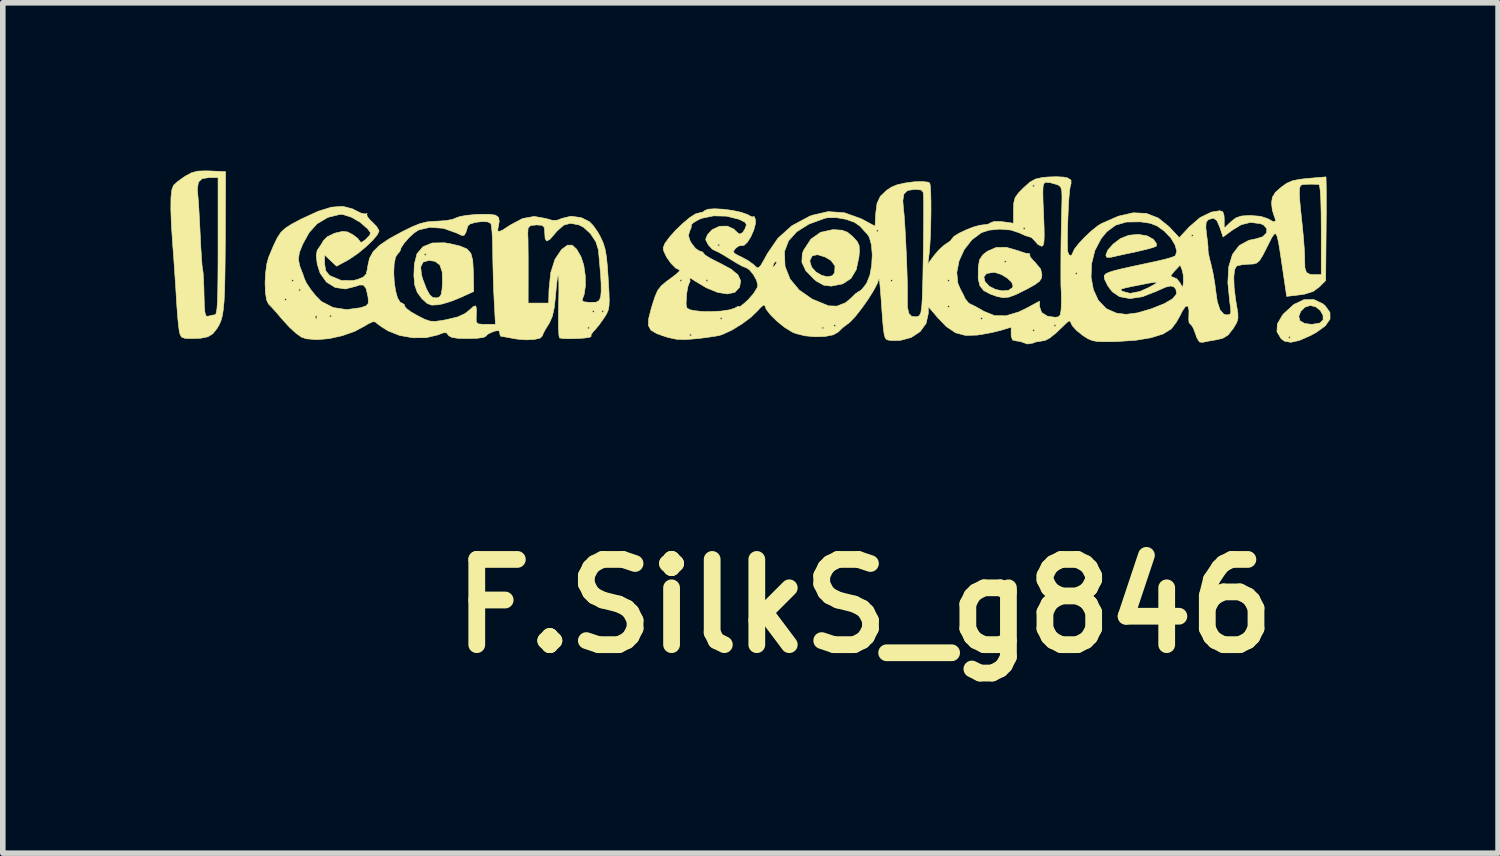
<source format=kicad_pcb>
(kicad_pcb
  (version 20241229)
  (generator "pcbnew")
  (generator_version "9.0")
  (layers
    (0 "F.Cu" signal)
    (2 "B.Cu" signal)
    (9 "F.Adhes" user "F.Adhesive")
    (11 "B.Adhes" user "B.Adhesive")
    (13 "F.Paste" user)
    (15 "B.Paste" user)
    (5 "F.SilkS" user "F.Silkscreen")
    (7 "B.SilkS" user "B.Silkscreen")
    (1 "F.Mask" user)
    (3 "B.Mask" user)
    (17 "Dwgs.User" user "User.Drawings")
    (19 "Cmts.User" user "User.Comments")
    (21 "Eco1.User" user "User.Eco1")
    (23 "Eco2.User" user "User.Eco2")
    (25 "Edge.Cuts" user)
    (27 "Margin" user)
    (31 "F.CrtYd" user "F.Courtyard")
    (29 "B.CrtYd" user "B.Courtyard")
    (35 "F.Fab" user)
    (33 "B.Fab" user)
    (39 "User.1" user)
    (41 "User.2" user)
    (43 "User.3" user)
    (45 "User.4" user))
  (footprint "F.SilkS_g846"
    (layer "F.Cu")
    (at 12.406 7.788)
    (property "Reference" "F.SilkS_g846" (at 0 0 0) (layer "F.SilkS") (effects (font (size 1.524 1.524) (thickness 0.3))))
    (attr through_hole)
    (fp_poly (pts (xy 5.055 -6.621) (xy 5.169 -6.557) (xy 5.221 -6.486) (xy 5.222 -6.437) (xy 5.222 -6.437) (xy 5.166 -6.414) (xy 5.049 -6.381) (xy 4.894 -6.344) (xy 4.846 -6.333) (xy 4.674 -6.297) (xy 4.524 -6.264) (xy 4.425 -6.241) (xy 4.412 -6.238) (xy 4.336 -6.236) (xy 4.318 -6.275) (xy 4.354 -6.367) (xy 4.451 -6.475) (xy 4.581 -6.573) (xy 4.728 -6.631) (xy 4.897 -6.647) (xy 5.055 -6.621)) (stroke (width 0.01) (type solid)) (fill yes) (layer "F.SilkS"))
    (fp_poly (pts (xy -0.401 -6.722) (xy -0.302 -6.685) (xy -0.206 -6.605) (xy -0.203 -6.602) (xy -0.128 -6.519) (xy -0.093 -6.445) (xy -0.088 -6.344) (xy -0.097 -6.243) (xy -0.145 -6.017) (xy -0.24 -5.858) (xy -0.388 -5.762) (xy -0.592 -5.722) (xy -0.593 -5.722) (xy -0.726 -5.738) (xy -0.856 -5.81) (xy -0.894 -5.84) (xy -1.046 -5.996) (xy -1.117 -6.148) (xy -1.117 -6.162) (xy -0.974 -6.162) (xy -0.943 -6.061) (xy -0.867 -5.976) (xy -0.765 -5.915) (xy -0.661 -5.889) (xy -0.574 -5.907) (xy -0.531 -5.963) (xy -0.525 -6.082) (xy -0.596 -6.18) (xy -0.698 -6.241) (xy -0.837 -6.284) (xy -0.931 -6.265) (xy -0.972 -6.185) (xy -0.974 -6.162) (xy -1.117 -6.162) (xy -1.109 -6.304) (xy -1.084 -6.367) (xy -0.954 -6.563) (xy -0.783 -6.684) (xy -0.572 -6.73) (xy -0.544 -6.731) (xy -0.401 -6.722)) (stroke (width 0.01) (type solid)) (fill yes) (layer "F.SilkS"))
    (fp_poly (pts (xy 8.198 -5.406) (xy 8.242 -5.368) (xy 8.326 -5.251) (xy 8.327 -5.133) (xy 8.244 -5.013) (xy 8.078 -4.892) (xy 7.978 -4.838) (xy 7.777 -4.75) (xy 7.626 -4.717) (xy 7.514 -4.737) (xy 7.453 -4.781) (xy 7.439 -4.805) (xy 7.578 -4.805) (xy 7.599 -4.784) (xy 7.62 -4.805) (xy 7.599 -4.826) (xy 7.578 -4.805) (xy 7.439 -4.805) (xy 7.378 -4.905) (xy 7.385 -5.045) (xy 7.463 -5.179) (xy 7.768 -5.179) (xy 7.79 -5.101) (xy 7.875 -5.053) (xy 8.002 -5.038) (xy 8.133 -5.059) (xy 8.146 -5.063) (xy 8.203 -5.118) (xy 8.202 -5.199) (xy 8.156 -5.283) (xy 8.075 -5.35) (xy 7.974 -5.376) (xy 7.878 -5.345) (xy 7.803 -5.27) (xy 7.768 -5.179) (xy 7.463 -5.179) (xy 7.475 -5.201) (xy 7.499 -5.229) (xy 7.68 -5.394) (xy 7.86 -5.479) (xy 8.034 -5.483) (xy 8.198 -5.406)) (stroke (width 0.01) (type solid)) (fill yes) (layer "F.SilkS"))
    (fp_poly (pts (xy -7.421 -6.483) (xy -7.229 -6.438) (xy -7.106 -6.386) (xy -7.036 -6.308) (xy -7.003 -6.185) (xy -6.992 -5.998) (xy -6.991 -5.97) (xy -6.985 -5.626) (xy -7.221 -5.518) (xy -7.38 -5.454) (xy -7.538 -5.405) (xy -7.622 -5.388) (xy -7.736 -5.382) (xy -7.818 -5.412) (xy -7.908 -5.495) (xy -7.915 -5.502) (xy -7.995 -5.611) (xy -8.04 -5.74) (xy -8.055 -5.91) (xy -8.049 -6.062) (xy -7.934 -6.062) (xy -7.917 -5.914) (xy -7.895 -5.841) (xy -7.828 -5.668) (xy -7.771 -5.565) (xy -7.714 -5.517) (xy -7.649 -5.511) (xy -7.597 -5.528) (xy -7.567 -5.574) (xy -7.551 -5.668) (xy -7.544 -5.784) (xy -7.549 -5.977) (xy -7.591 -6.1) (xy -7.675 -6.165) (xy -7.787 -6.181) (xy -7.891 -6.151) (xy -7.934 -6.062) (xy -8.049 -6.062) (xy -8.046 -6.117) (xy -8.003 -6.287) (xy -7.874 -6.287) (xy -7.853 -6.265) (xy -7.832 -6.287) (xy -7.853 -6.308) (xy -7.874 -6.287) (xy -8.003 -6.287) (xy -7.999 -6.301) (xy -7.891 -6.427) (xy -7.727 -6.493) (xy -7.512 -6.497) (xy -7.421 -6.483)) (stroke (width 0.01) (type solid)) (fill yes) (layer "F.SilkS"))
    (fp_poly (pts (xy 2.758 -6.352) (xy 2.781 -6.343) (xy 2.879 -6.311) (xy 2.942 -6.304) (xy 2.963 -6.295) (xy 2.955 -6.285) (xy 2.965 -6.243) (xy 3.026 -6.173) (xy 3.05 -6.151) (xy 3.153 -6.026) (xy 3.175 -5.927) (xy 3.166 -5.861) (xy 3.129 -5.806) (xy 3.049 -5.748) (xy 2.91 -5.67) (xy 2.881 -5.656) (xy 2.709 -5.571) (xy 2.585 -5.525) (xy 2.481 -5.515) (xy 2.371 -5.537) (xy 2.256 -5.578) (xy 2.136 -5.641) (xy 2.066 -5.728) (xy 2.035 -5.858) (xy 2.036 -5.887) (xy 2.137 -5.887) (xy 2.157 -5.803) (xy 2.234 -5.719) (xy 2.346 -5.662) (xy 2.469 -5.637) (xy 2.577 -5.646) (xy 2.647 -5.694) (xy 2.659 -5.724) (xy 2.634 -5.792) (xy 2.554 -5.867) (xy 2.446 -5.931) (xy 2.336 -5.966) (xy 2.307 -5.968) (xy 2.186 -5.947) (xy 2.137 -5.887) (xy 2.036 -5.887) (xy 2.037 -6.05) (xy 2.038 -6.064) (xy 2.054 -6.16) (xy 2.498 -6.16) (xy 2.519 -6.138) (xy 2.54 -6.16) (xy 2.519 -6.181) (xy 2.498 -6.16) (xy 2.054 -6.16) (xy 2.06 -6.193) (xy 2.117 -6.28) (xy 2.198 -6.344) (xy 2.356 -6.413) (xy 2.538 -6.416) (xy 2.758 -6.352)) (stroke (width 0.01) (type solid)) (fill yes) (layer "F.SilkS"))
    (fp_poly (pts (xy -11.699 -7.781) (xy -11.422 -7.768) (xy -11.427 -6.604) (xy -11.43 -6.214) (xy -11.434 -5.898) (xy -11.44 -5.648) (xy -11.449 -5.453) (xy -11.463 -5.304) (xy -11.481 -5.19) (xy -11.505 -5.103) (xy -11.536 -5.031) (xy -11.574 -4.966) (xy -11.574 -4.966) (xy -11.65 -4.871) (xy -11.739 -4.816) (xy -11.866 -4.79) (xy -12.028 -4.784) (xy -12.149 -4.788) (xy -12.211 -4.811) (xy -12.239 -4.868) (xy -12.251 -4.921) (xy -12.264 -5.023) (xy -12.28 -5.183) (xy -12.294 -5.375) (xy -12.301 -5.482) (xy -12.314 -5.701) (xy -12.332 -5.968) (xy -12.351 -6.245) (xy -12.367 -6.456) (xy -12.391 -6.814) (xy -12.401 -7.094) (xy -12.399 -7.302) (xy -12.383 -7.443) (xy -12.377 -7.459) (xy -11.927 -7.459) (xy -11.918 -7.345) (xy -11.91 -7.256) (xy -11.9 -7.103) (xy -11.889 -6.905) (xy -11.878 -6.682) (xy -11.875 -6.628) (xy -11.865 -6.413) (xy -11.853 -6.229) (xy -11.843 -6.092) (xy -11.834 -6.019) (xy -11.832 -6.011) (xy -11.824 -5.96) (xy -11.817 -5.844) (xy -11.81 -5.682) (xy -11.808 -5.572) (xy -11.802 -5.38) (xy -11.793 -5.259) (xy -11.777 -5.197) (xy -11.752 -5.18) (xy -11.739 -5.183) (xy -11.643 -5.205) (xy -11.617 -5.207) (xy -11.599 -5.218) (xy -11.585 -5.258) (xy -11.575 -5.334) (xy -11.567 -5.456) (xy -11.562 -5.631) (xy -11.559 -5.868) (xy -11.557 -6.175) (xy -11.557 -6.435) (xy -11.557 -7.662) (xy -11.722 -7.662) (xy -11.842 -7.644) (xy -11.908 -7.58) (xy -11.927 -7.459) (xy -12.377 -7.459) (xy -12.353 -7.524) (xy -12.349 -7.529) (xy -12.283 -7.588) (xy -12.178 -7.665) (xy -12.138 -7.691) (xy -12.03 -7.749) (xy -11.921 -7.778) (xy -11.778 -7.783) (xy -11.699 -7.781)) (stroke (width 0.01) (type solid)) (fill yes) (layer "F.SilkS"))
    (fp_poly (pts (xy -9.155 -7.104) (xy -9.103 -7.077) (xy -9.001 -7.027) (xy -8.926 -7.012) (xy -8.914 -7.015) (xy -8.89 -7.02) (xy -8.898 -7.008) (xy -8.888 -6.963) (xy -8.827 -6.892) (xy -8.803 -6.871) (xy -8.722 -6.788) (xy -8.68 -6.716) (xy -8.678 -6.705) (xy -8.711 -6.637) (xy -8.796 -6.537) (xy -8.917 -6.422) (xy -9.055 -6.308) (xy -9.195 -6.212) (xy -9.245 -6.182) (xy -9.437 -6.078) (xy -9.545 -6.179) (xy -9.652 -6.28) (xy -9.652 -6.126) (xy -9.633 -5.997) (xy -9.566 -5.916) (xy -9.557 -5.909) (xy -9.353 -5.823) (xy -9.141 -5.821) (xy -9.06 -5.842) (xy -8.959 -5.883) (xy -8.908 -5.937) (xy -8.902 -5.963) (xy -8.415 -5.963) (xy -8.406 -5.796) (xy -8.383 -5.637) (xy -8.347 -5.509) (xy -8.3 -5.432) (xy -8.269 -5.419) (xy -8.224 -5.39) (xy -8.223 -5.369) (xy -8.194 -5.326) (xy -8.108 -5.261) (xy -7.993 -5.195) (xy -7.863 -5.129) (xy -7.768 -5.096) (xy -7.674 -5.091) (xy -7.548 -5.108) (xy -7.465 -5.124) (xy -7.271 -5.171) (xy -7.137 -5.233) (xy -7.06 -5.295) (xy -6.988 -5.36) (xy -6.949 -5.368) (xy -6.936 -5.311) (xy -6.94 -5.18) (xy -6.941 -5.154) (xy -6.939 -5.081) (xy -6.906 -5.047) (xy -6.817 -5.038) (xy -6.773 -5.038) (xy -6.597 -5.038) (xy -6.619 -5.45) (xy -6.63 -5.682) (xy -6.638 -5.954) (xy -6.644 -6.221) (xy -6.645 -6.329) (xy -6.649 -6.522) (xy -6.656 -6.662) (xy -6.019 -6.662) (xy -6.017 -6.625) (xy -6.014 -6.552) (xy -6.013 -6.414) (xy -6.011 -6.228) (xy -6.011 -6.015) (xy -6.011 -5.98) (xy -6.012 -5.419) (xy -5.645 -5.419) (xy -5.639 -5.662) (xy -5.608 -5.962) (xy -5.532 -6.202) (xy -5.414 -6.376) (xy -5.407 -6.382) (xy -5.308 -6.454) (xy -5.223 -6.454) (xy -5.143 -6.38) (xy -5.064 -6.24) (xy -5.017 -6.094) (xy -4.991 -5.912) (xy -4.988 -5.728) (xy -5.01 -5.574) (xy -5.032 -5.515) (xy -5.048 -5.465) (xy -5.015 -5.441) (xy -4.915 -5.431) (xy -4.907 -5.431) (xy -4.796 -5.434) (xy -4.741 -5.465) (xy -4.715 -5.529) (xy -4.706 -5.621) (xy -4.707 -5.768) (xy -4.717 -5.939) (xy -4.719 -5.96) (xy -4.734 -6.129) (xy -4.747 -6.273) (xy -4.755 -6.364) (xy -4.756 -6.371) (xy -4.801 -6.515) (xy -4.897 -6.66) (xy -5.021 -6.774) (xy -5.102 -6.816) (xy -5.252 -6.845) (xy -5.374 -6.813) (xy -5.491 -6.711) (xy -5.529 -6.666) (xy -5.622 -6.56) (xy -5.679 -6.528) (xy -5.708 -6.569) (xy -5.715 -6.668) (xy -5.722 -6.767) (xy -5.759 -6.808) (xy -5.852 -6.816) (xy -5.863 -6.816) (xy -5.966 -6.806) (xy -6.012 -6.762) (xy -6.019 -6.662) (xy -6.656 -6.662) (xy -6.657 -6.686) (xy -6.669 -6.801) (xy -6.68 -6.845) (xy -6.738 -6.871) (xy -6.842 -6.875) (xy -6.958 -6.861) (xy -7.052 -6.832) (xy -7.09 -6.799) (xy -7.126 -6.68) (xy -7.158 -6.629) (xy -7.205 -6.63) (xy -7.287 -6.67) (xy -7.528 -6.756) (xy -7.769 -6.773) (xy -7.968 -6.727) (xy -8.05 -6.674) (xy -8.145 -6.587) (xy -8.23 -6.489) (xy -8.286 -6.404) (xy -8.295 -6.366) (xy -8.321 -6.322) (xy -8.339 -6.308) (xy -8.383 -6.24) (xy -8.408 -6.118) (xy -8.415 -5.963) (xy -8.902 -5.963) (xy -8.884 -6.037) (xy -8.879 -6.083) (xy -8.848 -6.221) (xy -8.782 -6.34) (xy -8.669 -6.451) (xy -8.498 -6.567) (xy -8.27 -6.692) (xy -8.083 -6.784) (xy -7.941 -6.841) (xy -7.816 -6.871) (xy -7.681 -6.882) (xy -7.637 -6.883) (xy -7.487 -6.893) (xy -7.365 -6.915) (xy -7.307 -6.939) (xy -7.236 -6.965) (xy -7.107 -6.988) (xy -6.943 -7.003) (xy -6.906 -7.005) (xy -6.716 -7.007) (xy -6.599 -6.992) (xy -6.54 -6.951) (xy -6.529 -6.878) (xy -6.545 -6.791) (xy -6.557 -6.719) (xy -6.537 -6.696) (xy -6.473 -6.721) (xy -6.356 -6.797) (xy -6.334 -6.812) (xy -6.113 -6.93) (xy -5.903 -6.968) (xy -5.696 -6.931) (xy -5.576 -6.897) (xy -5.488 -6.901) (xy -5.408 -6.933) (xy -5.244 -6.972) (xy -5.063 -6.946) (xy -4.919 -6.876) (xy -4.846 -6.801) (xy -4.763 -6.681) (xy -4.718 -6.599) (xy -4.67 -6.493) (xy -4.636 -6.383) (xy -4.612 -6.246) (xy -4.594 -6.063) (xy -4.58 -5.85) (xy -4.567 -5.628) (xy -4.562 -5.473) (xy -4.566 -5.366) (xy -4.581 -5.289) (xy -4.61 -5.225) (xy -4.654 -5.154) (xy -4.663 -5.141) (xy -4.744 -5.027) (xy -4.819 -4.937) (xy -4.843 -4.914) (xy -4.887 -4.854) (xy -4.887 -4.821) (xy -4.915 -4.806) (xy -5.003 -4.793) (xy -5.125 -4.785) (xy -5.257 -4.781) (xy -5.373 -4.784) (xy -5.448 -4.794) (xy -5.45 -4.794) (xy -5.461 -4.838) (xy -5.468 -4.951) (xy -5.468 -4.974) (xy -4.953 -4.974) (xy -4.932 -4.953) (xy -4.911 -4.974) (xy -4.932 -4.995) (xy -4.953 -4.974) (xy -5.468 -4.974) (xy -5.47 -5.116) (xy -5.469 -5.271) (xy -4.868 -5.271) (xy -4.847 -5.249) (xy -4.826 -5.271) (xy -4.699 -5.271) (xy -4.678 -5.249) (xy -4.657 -5.271) (xy -4.678 -5.292) (xy -4.699 -5.271) (xy -4.826 -5.271) (xy -4.847 -5.292) (xy -4.868 -5.271) (xy -5.469 -5.271) (xy -5.468 -5.319) (xy -5.467 -5.376) (xy -5.462 -5.622) (xy -5.463 -5.794) (xy -5.468 -5.891) (xy -5.478 -5.91) (xy -5.492 -5.85) (xy -5.508 -5.709) (xy -5.522 -5.546) (xy -5.545 -5.337) (xy -5.578 -5.187) (xy -5.628 -5.07) (xy -5.654 -5.028) (xy -5.717 -4.924) (xy -5.754 -4.848) (xy -5.757 -4.832) (xy -5.796 -4.793) (xy -5.896 -4.769) (xy -6.037 -4.761) (xy -6.197 -4.773) (xy -6.263 -4.783) (xy -6.391 -4.807) (xy -6.479 -4.822) (xy -6.504 -4.826) (xy -6.518 -4.86) (xy -6.519 -4.887) (xy -6.534 -4.925) (xy -6.594 -4.921) (xy -6.646 -4.904) (xy -6.734 -4.863) (xy -6.773 -4.823) (xy -6.773 -4.822) (xy -6.812 -4.804) (xy -6.915 -4.79) (xy -7.061 -4.784) (xy -7.089 -4.784) (xy -7.266 -4.788) (xy -7.375 -4.805) (xy -7.431 -4.835) (xy -7.44 -4.848) (xy -7.473 -4.887) (xy -7.524 -4.888) (xy -7.622 -4.852) (xy -7.632 -4.848) (xy -7.835 -4.8) (xy -8.073 -4.798) (xy -8.312 -4.84) (xy -8.52 -4.923) (xy -8.527 -4.928) (xy -8.64 -4.999) (xy -8.72 -5.058) (xy -8.742 -5.08) (xy -8.79 -5.085) (xy -8.882 -5.042) (xy -8.924 -5.015) (xy -9.113 -4.913) (xy -9.336 -4.835) (xy -9.57 -4.783) (xy -9.792 -4.764) (xy -9.978 -4.78) (xy -10.064 -4.809) (xy -10.16 -4.877) (xy -10.281 -4.988) (xy -10.399 -5.117) (xy -10.44 -5.165) (xy -9.821 -5.165) (xy -9.806 -5.13) (xy -9.793 -5.136) (xy -9.788 -5.186) (xy -9.567 -5.186) (xy -9.546 -5.165) (xy -9.525 -5.186) (xy -9.546 -5.207) (xy -9.567 -5.186) (xy -9.788 -5.186) (xy -9.788 -5.187) (xy -9.793 -5.193) (xy -9.818 -5.187) (xy -9.821 -5.165) (xy -10.44 -5.165) (xy -10.505 -5.241) (xy -10.595 -5.342) (xy -10.652 -5.4) (xy -10.654 -5.402) (xy -10.689 -5.475) (xy -10.69 -5.482) (xy -10.372 -5.482) (xy -10.351 -5.461) (xy -10.329 -5.482) (xy -10.351 -5.503) (xy -10.372 -5.482) (xy -10.69 -5.482) (xy -10.71 -5.608) (xy -10.711 -5.652) (xy -10.118 -5.652) (xy -10.097 -5.63) (xy -10.075 -5.652) (xy -10.097 -5.673) (xy -10.118 -5.652) (xy -10.711 -5.652) (xy -10.716 -5.776) (xy -10.714 -5.821) (xy -10.245 -5.821) (xy -10.223 -5.8) (xy -10.202 -5.821) (xy -10.223 -5.842) (xy -10.245 -5.821) (xy -10.714 -5.821) (xy -10.707 -5.955) (xy -10.685 -6.12) (xy -10.661 -6.205) (xy -10.12 -6.205) (xy -10.099 -6.091) (xy -10.078 -6.032) (xy -10.038 -5.931) (xy -10.016 -5.864) (xy -10.016 -5.863) (xy -9.978 -5.778) (xy -9.901 -5.662) (xy -9.807 -5.545) (xy -9.718 -5.455) (xy -9.704 -5.444) (xy -9.497 -5.338) (xy -9.256 -5.302) (xy -9.009 -5.335) (xy -8.909 -5.369) (xy -8.87 -5.414) (xy -8.872 -5.502) (xy -8.877 -5.536) (xy -8.908 -5.675) (xy -8.955 -5.74) (xy -9.029 -5.742) (xy -9.081 -5.722) (xy -9.28 -5.671) (xy -9.463 -5.698) (xy -9.618 -5.794) (xy -9.732 -5.954) (xy -9.783 -6.114) (xy -9.801 -6.265) (xy -9.785 -6.358) (xy -9.77 -6.382) (xy -9.709 -6.471) (xy -9.674 -6.533) (xy -9.604 -6.604) (xy -9.483 -6.663) (xy -9.455 -6.672) (xy -9.332 -6.7) (xy -9.243 -6.691) (xy -9.149 -6.643) (xy -9.062 -6.577) (xy -9.018 -6.52) (xy -9.017 -6.513) (xy -8.991 -6.504) (xy -8.927 -6.547) (xy -8.911 -6.562) (xy -8.843 -6.632) (xy -8.833 -6.68) (xy -8.875 -6.738) (xy -8.879 -6.744) (xy -9.016 -6.864) (xy -9.174 -6.955) (xy -9.323 -7.002) (xy -9.378 -7.004) (xy -9.593 -6.951) (xy -9.787 -6.836) (xy -9.93 -6.677) (xy -9.935 -6.668) (xy -10.042 -6.473) (xy -10.102 -6.325) (xy -10.12 -6.205) (xy -10.661 -6.205) (xy -10.649 -6.245) (xy -10.565 -6.445) (xy -10.498 -6.585) (xy -10.432 -6.684) (xy -10.352 -6.759) (xy -10.242 -6.829) (xy -10.085 -6.913) (xy -10.062 -6.924) (xy -9.771 -7.059) (xy -9.528 -7.134) (xy -9.326 -7.148) (xy -9.155 -7.104)) (stroke (width 0.01) (type solid)) (fill yes) (layer "F.SilkS"))
    (fp_poly (pts (xy 3.567 -7.671) (xy 3.63 -7.658) (xy 3.695 -7.618) (xy 3.696 -7.552) (xy 3.685 -7.521) (xy 3.672 -7.447) (xy 3.659 -7.309) (xy 3.648 -7.128) (xy 3.639 -6.923) (xy 3.633 -6.715) (xy 3.631 -6.526) (xy 3.634 -6.374) (xy 3.636 -6.339) (xy 3.661 -6.279) (xy 3.702 -6.268) (xy 3.726 -6.315) (xy 3.726 -6.318) (xy 3.757 -6.384) (xy 3.835 -6.484) (xy 3.944 -6.599) (xy 4.063 -6.711) (xy 4.176 -6.801) (xy 4.236 -6.838) (xy 4.541 -6.972) (xy 4.808 -7.033) (xy 5.044 -7.022) (xy 5.256 -6.939) (xy 5.451 -6.782) (xy 5.472 -6.759) (xy 5.632 -6.588) (xy 5.666 -6.625) (xy 5.842 -6.625) (xy 5.863 -6.604) (xy 5.884 -6.625) (xy 5.863 -6.646) (xy 5.842 -6.625) (xy 5.666 -6.625) (xy 5.802 -6.771) (xy 6.106 -6.771) (xy 6.12 -6.641) (xy 6.138 -6.508) (xy 6.146 -6.409) (xy 6.145 -6.377) (xy 6.15 -6.318) (xy 6.174 -6.208) (xy 6.196 -6.123) (xy 6.237 -5.944) (xy 6.27 -5.746) (xy 6.278 -5.673) (xy 6.311 -5.445) (xy 6.36 -5.296) (xy 6.428 -5.22) (xy 6.48 -5.207) (xy 6.531 -5.213) (xy 6.553 -5.246) (xy 6.55 -5.325) (xy 6.535 -5.429) (xy 6.5 -5.783) (xy 6.516 -6.069) (xy 6.583 -6.29) (xy 6.703 -6.447) (xy 6.875 -6.541) (xy 7.006 -6.568) (xy 7.126 -6.606) (xy 7.192 -6.674) (xy 7.197 -6.75) (xy 7.136 -6.817) (xy 7.08 -6.839) (xy 6.903 -6.861) (xy 6.737 -6.819) (xy 6.583 -6.725) (xy 6.414 -6.601) (xy 6.357 -6.772) (xy 6.304 -6.893) (xy 6.242 -6.938) (xy 6.16 -6.914) (xy 6.144 -6.905) (xy 6.112 -6.86) (xy 6.106 -6.771) (xy 5.802 -6.771) (xy 5.811 -6.781) (xy 6.003 -6.947) (xy 6.204 -7.045) (xy 6.356 -7.07) (xy 6.41 -7.051) (xy 6.432 -6.982) (xy 6.435 -6.914) (xy 6.435 -6.757) (xy 6.553 -6.871) (xy 6.642 -6.941) (xy 6.739 -6.975) (xy 6.882 -6.985) (xy 6.904 -6.985) (xy 7.086 -6.97) (xy 7.217 -6.927) (xy 7.232 -6.917) (xy 7.32 -6.871) (xy 7.356 -6.889) (xy 7.334 -6.966) (xy 7.327 -6.979) (xy 7.295 -7.081) (xy 7.281 -7.208) (xy 7.296 -7.311) (xy 7.344 -7.388) (xy 7.778 -7.388) (xy 7.785 -7.257) (xy 7.803 -7.066) (xy 7.831 -6.804) (xy 7.834 -6.773) (xy 7.853 -6.573) (xy 7.867 -6.383) (xy 7.874 -6.233) (xy 7.874 -6.19) (xy 7.878 -6.045) (xy 7.906 -5.965) (xy 7.971 -5.932) (xy 8.046 -5.927) (xy 8.17 -5.927) (xy 8.17 -6.731) (xy 8.168 -7.03) (xy 8.162 -7.266) (xy 8.152 -7.433) (xy 8.138 -7.524) (xy 8.128 -7.541) (xy 7.987 -7.545) (xy 7.863 -7.541) (xy 7.824 -7.535) (xy 7.797 -7.515) (xy 7.782 -7.47) (xy 7.778 -7.388) (xy 7.344 -7.388) (xy 7.35 -7.398) (xy 7.449 -7.486) (xy 7.551 -7.56) (xy 7.654 -7.605) (xy 7.786 -7.632) (xy 7.935 -7.648) (xy 8.255 -7.675) (xy 8.259 -7.51) (xy 8.26 -7.414) (xy 8.26 -7.251) (xy 8.26 -7.038) (xy 8.258 -6.793) (xy 8.256 -6.583) (xy 8.249 -5.821) (xy 8.136 -5.708) (xy 8.026 -5.627) (xy 7.879 -5.58) (xy 7.787 -5.566) (xy 7.552 -5.538) (xy 7.478 -6.039) (xy 7.439 -6.303) (xy 7.409 -6.49) (xy 7.383 -6.607) (xy 7.358 -6.658) (xy 7.328 -6.652) (xy 7.288 -6.595) (xy 7.236 -6.492) (xy 7.202 -6.425) (xy 7.125 -6.273) (xy 7.069 -6.182) (xy 7.017 -6.135) (xy 6.954 -6.117) (xy 6.876 -6.114) (xy 6.754 -6.104) (xy 6.666 -6.085) (xy 6.654 -6.079) (xy 6.62 -6.014) (xy 6.606 -5.882) (xy 6.612 -5.701) (xy 6.638 -5.484) (xy 6.653 -5.394) (xy 6.678 -5.245) (xy 6.681 -5.148) (xy 6.659 -5.07) (xy 6.605 -4.979) (xy 6.592 -4.959) (xy 6.504 -4.847) (xy 6.409 -4.789) (xy 6.299 -4.763) (xy 6.169 -4.741) (xy 6.065 -4.72) (xy 6.045 -4.715) (xy 5.991 -4.724) (xy 5.947 -4.795) (xy 5.922 -4.866) (xy 5.882 -4.972) (xy 5.844 -5.032) (xy 5.832 -5.038) (xy 5.805 -5.073) (xy 5.801 -5.133) (xy 5.805 -5.288) (xy 5.785 -5.365) (xy 5.744 -5.361) (xy 5.685 -5.276) (xy 5.653 -5.209) (xy 5.581 -5.08) (xy 5.499 -4.97) (xy 5.482 -4.953) (xy 5.341 -4.866) (xy 5.127 -4.799) (xy 4.85 -4.753) (xy 4.52 -4.731) (xy 4.497 -4.73) (xy 4.303 -4.727) (xy 4.17 -4.731) (xy 4.077 -4.748) (xy 4 -4.78) (xy 3.916 -4.833) (xy 3.904 -4.841) (xy 3.796 -4.928) (xy 3.72 -5.012) (xy 3.702 -5.045) (xy 3.68 -5.097) (xy 3.647 -5.093) (xy 3.58 -5.031) (xy 3.579 -5.029) (xy 3.426 -4.883) (xy 3.314 -4.793) (xy 3.228 -4.749) (xy 3.177 -4.741) (xy 3.065 -4.723) (xy 3.011 -4.702) (xy 2.913 -4.687) (xy 2.876 -4.701) (xy 2.785 -4.733) (xy 2.72 -4.741) (xy 2.65 -4.758) (xy 2.626 -4.826) (xy 2.625 -4.864) (xy 2.625 -4.932) (xy 3.006 -4.932) (xy 3.027 -4.911) (xy 3.048 -4.932) (xy 3.027 -4.953) (xy 3.006 -4.932) (xy 2.625 -4.932) (xy 2.625 -4.987) (xy 2.44 -4.931) (xy 2.286 -4.893) (xy 2.103 -4.859) (xy 2.017 -4.846) (xy 1.808 -4.84) (xy 1.632 -4.887) (xy 1.469 -4.996) (xy 1.449 -5.016) (xy 3.387 -5.016) (xy 3.408 -4.995) (xy 3.429 -5.016) (xy 3.408 -5.038) (xy 3.387 -5.016) (xy 1.449 -5.016) (xy 1.326 -5.144) (xy 2.074 -5.144) (xy 2.095 -5.122) (xy 2.117 -5.144) (xy 2.095 -5.165) (xy 2.074 -5.144) (xy 1.326 -5.144) (xy 1.315 -5.155) (xy 1.144 -5.355) (xy 1.482 -5.355) (xy 1.503 -5.334) (xy 1.524 -5.355) (xy 1.503 -5.376) (xy 1.482 -5.355) (xy 1.144 -5.355) (xy 1.143 -5.231) (xy 1.104 -5.055) (xy 0.997 -4.908) (xy 0.838 -4.803) (xy 0.64 -4.75) (xy 0.494 -4.749) (xy 0.442 -4.754) (xy 0.403 -4.764) (xy 0.376 -4.791) (xy 0.357 -4.847) (xy 0.342 -4.945) (xy 0.328 -5.097) (xy 0.312 -5.314) (xy 0.302 -5.461) (xy 0.288 -5.641) (xy 0.276 -5.776) (xy 0.27 -5.821) (xy 0.466 -5.821) (xy 0.487 -5.8) (xy 0.508 -5.821) (xy 0.487 -5.842) (xy 0.466 -5.821) (xy 0.27 -5.821) (xy 0.266 -5.851) (xy 0.261 -5.855) (xy 0.261 -5.854) (xy 0.231 -5.767) (xy 0.161 -5.636) (xy 0.064 -5.482) (xy -0.047 -5.325) (xy -0.156 -5.186) (xy -0.25 -5.085) (xy -0.287 -5.055) (xy -0.391 -4.976) (xy -0.465 -4.903) (xy -0.555 -4.851) (xy -0.701 -4.822) (xy -0.878 -4.816) (xy -1.062 -4.833) (xy -1.227 -4.874) (xy -1.293 -4.902) (xy -1.408 -4.974) (xy -0.762 -4.974) (xy -0.741 -4.953) (xy -0.72 -4.974) (xy -0.741 -4.995) (xy -0.762 -4.974) (xy -1.408 -4.974) (xy -1.428 -4.986) (xy -1.465 -5.016) (xy -0.55 -5.016) (xy -0.529 -4.995) (xy -0.508 -5.016) (xy -0.529 -5.038) (xy -0.55 -5.016) (xy -1.465 -5.016) (xy -1.562 -5.094) (xy -1.677 -5.207) (xy -1.755 -5.308) (xy -1.778 -5.37) (xy -1.8 -5.386) (xy -1.861 -5.334) (xy -1.906 -5.283) (xy -2.026 -5.167) (xy -2.19 -5.045) (xy -2.37 -4.935) (xy -2.534 -4.859) (xy -2.591 -4.84) (xy -2.68 -4.824) (xy -2.824 -4.803) (xy -2.992 -4.782) (xy -3.006 -4.781) (xy -3.206 -4.765) (xy -3.362 -4.772) (xy -3.511 -4.804) (xy -3.546 -4.815) (xy -3.639 -4.847) (xy -3.133 -4.847) (xy -3.111 -4.826) (xy -3.09 -4.847) (xy -3.111 -4.868) (xy -3.133 -4.847) (xy -3.639 -4.847) (xy -3.715 -4.874) (xy -3.817 -4.935) (xy -3.862 -5.018) (xy -3.857 -5.14) (xy -3.856 -5.144) (xy -2.582 -5.144) (xy -2.561 -5.122) (xy -2.54 -5.144) (xy -2.561 -5.165) (xy -2.582 -5.144) (xy -3.856 -5.144) (xy -3.812 -5.318) (xy -3.799 -5.361) (xy -3.787 -5.399) (xy -3.188 -5.399) (xy -3.174 -5.333) (xy -3.127 -5.302) (xy -3.048 -5.284) (xy -2.902 -5.268) (xy -2.73 -5.266) (xy -2.557 -5.276) (xy -2.41 -5.298) (xy -2.317 -5.328) (xy -2.307 -5.334) (xy -2.256 -5.362) (xy -2.244 -5.352) (xy -2.217 -5.359) (xy -2.147 -5.414) (xy -2.074 -5.482) (xy -1.978 -5.592) (xy -1.917 -5.693) (xy -1.905 -5.739) (xy -1.929 -5.829) (xy -1.986 -5.931) (xy -2.057 -6.016) (xy -2.119 -6.054) (xy -2.122 -6.054) (xy -2.177 -6.075) (xy -2.279 -6.131) (xy -2.395 -6.202) (xy -2.518 -6.278) (xy -2.612 -6.331) (xy -2.654 -6.35) (xy -2.72 -6.383) (xy -2.787 -6.456) (xy -2.625 -6.456) (xy -2.603 -6.435) (xy -2.582 -6.456) (xy -2.603 -6.477) (xy -2.625 -6.456) (xy -2.787 -6.456) (xy -2.789 -6.459) (xy -2.833 -6.542) (xy -2.836 -6.565) (xy -2.805 -6.641) (xy -2.729 -6.724) (xy -2.721 -6.731) (xy -2.59 -6.792) (xy -2.45 -6.795) (xy -2.333 -6.741) (xy -2.303 -6.709) (xy -2.236 -6.652) (xy -2.177 -6.677) (xy -2.132 -6.75) (xy -2.109 -6.818) (xy -2.13 -6.861) (xy -2.211 -6.903) (xy -2.25 -6.919) (xy -2.466 -6.973) (xy -2.697 -6.978) (xy -2.907 -6.935) (xy -2.963 -6.911) (xy -3.053 -6.859) (xy -3.094 -6.822) (xy -3.094 -6.816) (xy -3.097 -6.767) (xy -3.123 -6.707) (xy -3.146 -6.627) (xy -3.119 -6.538) (xy -3.089 -6.484) (xy -3.019 -6.396) (xy -2.953 -6.351) (xy -2.943 -6.35) (xy -2.886 -6.328) (xy -2.879 -6.31) (xy -2.843 -6.274) (xy -2.749 -6.216) (xy -2.614 -6.147) (xy -2.586 -6.134) (xy -2.384 -6.026) (xy -2.261 -5.924) (xy -2.212 -5.819) (xy -2.23 -5.707) (xy -2.233 -5.7) (xy -2.315 -5.611) (xy -2.448 -5.582) (xy -2.622 -5.609) (xy -2.827 -5.693) (xy -3.027 -5.813) (xy -3.039 -5.821) (xy -2.836 -5.821) (xy -2.815 -5.8) (xy -2.794 -5.821) (xy -2.815 -5.842) (xy -2.836 -5.821) (xy -3.039 -5.821) (xy -3.1 -5.86) (xy -3.126 -5.869) (xy -3.122 -5.864) (xy -3.116 -5.805) (xy -3.13 -5.782) (xy -3.155 -5.715) (xy -3.176 -5.596) (xy -3.182 -5.524) (xy -3.188 -5.399) (xy -3.787 -5.399) (xy -3.745 -5.53) (xy -3.696 -5.643) (xy -3.634 -5.724) (xy -3.544 -5.801) (xy -3.516 -5.821) (xy -3.302 -5.821) (xy -3.281 -5.8) (xy -3.26 -5.821) (xy -3.281 -5.842) (xy -3.302 -5.821) (xy -3.516 -5.821) (xy -3.472 -5.853) (xy -3.367 -5.932) (xy -3.307 -5.989) (xy -3.304 -6.011) (xy -3.305 -6.011) (xy -3.376 -6.046) (xy -3.46 -6.132) (xy -3.537 -6.242) (xy -3.588 -6.351) (xy -3.598 -6.405) (xy -3.567 -6.484) (xy -3.486 -6.595) (xy -3.372 -6.722) (xy -3.244 -6.845) (xy -3.12 -6.949) (xy -3.017 -7.014) (xy -2.969 -7.027) (xy -2.887 -7.046) (xy -2.857 -7.07) (xy -2.797 -7.097) (xy -2.678 -7.105) (xy -2.524 -7.097) (xy -2.358 -7.075) (xy -2.204 -7.042) (xy -2.085 -7) (xy -2.043 -6.975) (xy -1.996 -6.956) (xy -1.987 -6.969) (xy -1.972 -6.967) (xy -1.95 -6.921) (xy -1.947 -6.839) (xy -1.977 -6.726) (xy -2.029 -6.607) (xy -2.091 -6.508) (xy -2.15 -6.452) (xy -2.179 -6.449) (xy -2.248 -6.439) (xy -2.304 -6.396) (xy -2.34 -6.347) (xy -2.327 -6.31) (xy -2.253 -6.268) (xy -2.203 -6.245) (xy -2.079 -6.178) (xy -1.98 -6.106) (xy -1.962 -6.089) (xy -1.923 -6.052) (xy -1.89 -6.051) (xy -1.882 -6.059) (xy -1.64 -6.059) (xy -1.609 -6.079) (xy -1.603 -6.085) (xy -1.57 -6.14) (xy -1.575 -6.161) (xy -1.606 -6.148) (xy -1.627 -6.108) (xy -1.64 -6.059) (xy -1.882 -6.059) (xy -1.85 -6.095) (xy -1.791 -6.197) (xy -1.738 -6.295) (xy -1.718 -6.325) (xy -1.429 -6.325) (xy -1.418 -6.075) (xy -1.329 -5.849) (xy -1.166 -5.652) (xy -0.933 -5.49) (xy -0.639 -5.369) (xy -0.49 -5.364) (xy -0.337 -5.424) (xy -0.236 -5.508) (xy -0.156 -5.587) (xy -0.096 -5.628) (xy -0.088 -5.63) (xy -0.044 -5.663) (xy 0.021 -5.745) (xy 0.044 -5.781) (xy 0.099 -5.917) (xy 0.131 -6.093) (xy 0.141 -6.282) (xy 0.127 -6.459) (xy 0.089 -6.596) (xy 0.054 -6.65) (xy -0.002 -6.71) (xy 0.212 -6.71) (xy 0.233 -6.689) (xy 0.254 -6.71) (xy 0.233 -6.731) (xy 0.212 -6.71) (xy -0.002 -6.71) (xy -0.027 -6.737) (xy -0.074 -6.791) (xy -0.176 -6.863) (xy -0.329 -6.917) (xy -0.502 -6.947) (xy -0.662 -6.944) (xy -0.707 -6.935) (xy -0.991 -6.831) (xy -1.209 -6.694) (xy -1.356 -6.531) (xy -1.427 -6.344) (xy -1.429 -6.325) (xy -1.718 -6.325) (xy -1.546 -6.577) (xy -1.296 -6.801) (xy -0.983 -6.969) (xy -0.931 -6.989) (xy -0.647 -7.054) (xy -0.357 -7.034) (xy -0.067 -6.931) (xy -0.023 -6.909) (xy 0.191 -6.793) (xy 0.204 -7.026) (xy 0.227 -7.202) (xy 0.249 -7.248) (xy 0.688 -7.248) (xy 0.697 -7.133) (xy 0.711 -6.994) (xy 0.725 -6.792) (xy 0.738 -6.549) (xy 0.751 -6.287) (xy 0.761 -6.028) (xy 0.768 -5.794) (xy 0.77 -5.607) (xy 0.769 -5.527) (xy 0.771 -5.345) (xy 0.795 -5.234) (xy 0.846 -5.181) (xy 0.93 -5.173) (xy 0.944 -5.175) (xy 0.984 -5.193) (xy 1.01 -5.246) (xy 1.026 -5.351) (xy 1.036 -5.503) (xy 1.041 -5.656) (xy 1.045 -5.821) (xy 1.482 -5.821) (xy 1.503 -5.8) (xy 1.524 -5.821) (xy 1.503 -5.842) (xy 1.482 -5.821) (xy 1.045 -5.821) (xy 1.047 -5.872) (xy 1.048 -5.967) (xy 1.653 -5.967) (xy 1.672 -5.773) (xy 1.714 -5.673) (xy 1.77 -5.569) (xy 1.802 -5.497) (xy 1.862 -5.421) (xy 1.898 -5.4) (xy 1.976 -5.363) (xy 2.089 -5.3) (xy 2.138 -5.271) (xy 2.326 -5.195) (xy 2.531 -5.191) (xy 2.764 -5.261) (xy 2.906 -5.33) (xy 3.133 -5.453) (xy 3.133 -5.353) (xy 3.17 -5.25) (xy 3.274 -5.184) (xy 3.405 -5.165) (xy 3.471 -5.172) (xy 3.504 -5.21) (xy 3.518 -5.299) (xy 3.521 -5.366) (xy 3.524 -5.505) (xy 3.521 -5.621) (xy 3.519 -5.652) (xy 3.515 -5.73) (xy 3.514 -5.876) (xy 3.514 -5.884) (xy 4.054 -5.884) (xy 4.095 -5.66) (xy 4.183 -5.468) (xy 4.318 -5.327) (xy 4.351 -5.307) (xy 4.51 -5.238) (xy 4.681 -5.217) (xy 4.882 -5.243) (xy 5.122 -5.313) (xy 5.361 -5.407) (xy 5.515 -5.497) (xy 5.584 -5.584) (xy 5.57 -5.668) (xy 5.532 -5.709) (xy 5.478 -5.725) (xy 5.386 -5.703) (xy 5.24 -5.638) (xy 5.225 -5.631) (xy 4.972 -5.532) (xy 4.749 -5.499) (xy 4.563 -5.533) (xy 4.435 -5.62) (xy 4.406 -5.657) (xy 4.584 -5.657) (xy 4.596 -5.642) (xy 4.617 -5.628) (xy 4.751 -5.592) (xy 4.928 -5.626) (xy 5.08 -5.694) (xy 5.189 -5.754) (xy 5.231 -5.786) (xy 5.202 -5.793) (xy 5.098 -5.777) (xy 4.987 -5.755) (xy 4.793 -5.717) (xy 4.67 -5.691) (xy 4.604 -5.672) (xy 4.584 -5.657) (xy 4.406 -5.657) (xy 4.353 -5.728) (xy 4.3 -5.836) (xy 4.297 -5.845) (xy 4.289 -5.883) (xy 4.29 -5.889) (xy 5.486 -5.889) (xy 5.516 -5.884) (xy 5.588 -5.851) (xy 5.639 -5.789) (xy 5.693 -5.694) (xy 5.706 -5.801) (xy 5.702 -5.926) (xy 5.684 -6.004) (xy 5.648 -6.099) (xy 5.547 -5.992) (xy 5.487 -5.92) (xy 5.486 -5.889) (xy 4.29 -5.889) (xy 4.292 -5.914) (xy 4.317 -5.941) (xy 4.372 -5.968) (xy 4.467 -5.998) (xy 4.613 -6.034) (xy 4.817 -6.079) (xy 5.091 -6.138) (xy 5.228 -6.167) (xy 5.38 -6.203) (xy 5.498 -6.237) (xy 5.559 -6.263) (xy 5.561 -6.264) (xy 5.587 -6.343) (xy 5.557 -6.456) (xy 5.482 -6.582) (xy 5.37 -6.7) (xy 5.362 -6.707) (xy 5.236 -6.797) (xy 5.115 -6.845) (xy 4.957 -6.869) (xy 4.931 -6.871) (xy 4.686 -6.868) (xy 4.494 -6.812) (xy 4.336 -6.696) (xy 4.234 -6.572) (xy 4.122 -6.358) (xy 4.063 -6.122) (xy 4.054 -5.884) (xy 3.514 -5.884) (xy 3.514 -5.948) (xy 3.768 -5.948) (xy 3.789 -5.927) (xy 3.81 -5.948) (xy 3.789 -5.969) (xy 3.768 -5.948) (xy 3.514 -5.948) (xy 3.514 -6.075) (xy 3.515 -6.309) (xy 3.518 -6.563) (xy 3.523 -6.821) (xy 3.528 -7.065) (xy 3.531 -7.148) (xy 3.534 -7.321) (xy 3.53 -7.428) (xy 3.513 -7.489) (xy 3.48 -7.522) (xy 3.44 -7.539) (xy 3.329 -7.57) (xy 3.259 -7.578) (xy 3.228 -7.573) (xy 3.207 -7.549) (xy 3.195 -7.494) (xy 3.192 -7.394) (xy 3.195 -7.236) (xy 3.205 -7.007) (xy 3.205 -7.006) (xy 3.214 -6.771) (xy 3.216 -6.609) (xy 3.211 -6.507) (xy 3.197 -6.453) (xy 3.175 -6.435) (xy 3.17 -6.435) (xy 3.103 -6.467) (xy 3.058 -6.519) (xy 2.996 -6.586) (xy 2.952 -6.604) (xy 2.881 -6.624) (xy 2.78 -6.67) (xy 2.773 -6.674) (xy 2.617 -6.725) (xy 2.423 -6.741) (xy 2.23 -6.722) (xy 2.094 -6.678) (xy 1.922 -6.55) (xy 1.786 -6.375) (xy 1.694 -6.174) (xy 1.653 -5.967) (xy 1.048 -5.967) (xy 1.051 -6.131) (xy 1.056 -6.412) (xy 1.059 -6.695) (xy 1.061 -6.958) (xy 1.061 -7.181) (xy 1.06 -7.292) (xy 1.054 -7.395) (xy 1.022 -7.439) (xy 0.94 -7.45) (xy 0.894 -7.451) (xy 0.773 -7.432) (xy 0.707 -7.369) (xy 0.688 -7.248) (xy 0.249 -7.248) (xy 0.286 -7.328) (xy 0.397 -7.433) (xy 0.487 -7.493) (xy 0.588 -7.534) (xy 0.731 -7.566) (xy 0.888 -7.587) (xy 1.032 -7.592) (xy 1.137 -7.581) (xy 1.169 -7.565) (xy 1.18 -7.513) (xy 1.187 -7.395) (xy 1.191 -7.228) (xy 1.191 -7.031) (xy 1.187 -6.822) (xy 1.181 -6.62) (xy 1.171 -6.442) (xy 1.159 -6.308) (xy 1.135 -6.117) (xy 1.248 -6.27) (xy 1.342 -6.379) (xy 1.439 -6.463) (xy 1.463 -6.478) (xy 1.539 -6.53) (xy 1.566 -6.568) (xy 1.603 -6.611) (xy 1.695 -6.668) (xy 1.82 -6.727) (xy 1.883 -6.752) (xy 2.836 -6.752) (xy 2.857 -6.731) (xy 2.879 -6.752) (xy 2.857 -6.773) (xy 2.836 -6.752) (xy 1.883 -6.752) (xy 1.952 -6.779) (xy 2.066 -6.81) (xy 2.113 -6.816) (xy 2.211 -6.828) (xy 2.264 -6.857) (xy 2.319 -6.877) (xy 2.428 -6.878) (xy 2.478 -6.872) (xy 2.667 -6.846) (xy 2.667 -7.076) (xy 2.672 -7.212) (xy 2.697 -7.305) (xy 2.758 -7.39) (xy 2.847 -7.48) (xy 2.886 -7.514) (xy 3.006 -7.514) (xy 3.027 -7.493) (xy 3.048 -7.514) (xy 3.027 -7.535) (xy 3.006 -7.514) (xy 2.886 -7.514) (xy 2.961 -7.581) (xy 3.06 -7.636) (xy 3.182 -7.664) (xy 3.281 -7.673) (xy 3.435 -7.678) (xy 3.567 -7.671)) (stroke (width 0.01) (type solid)) (fill yes) (layer "F.SilkS")))
  (gr_rect
    (start -3 -3)
    (end 23.738 12.206)
    (stroke (width 0.1) (type default))
    (fill no)
    (layer "Edge.Cuts")))
</source>
